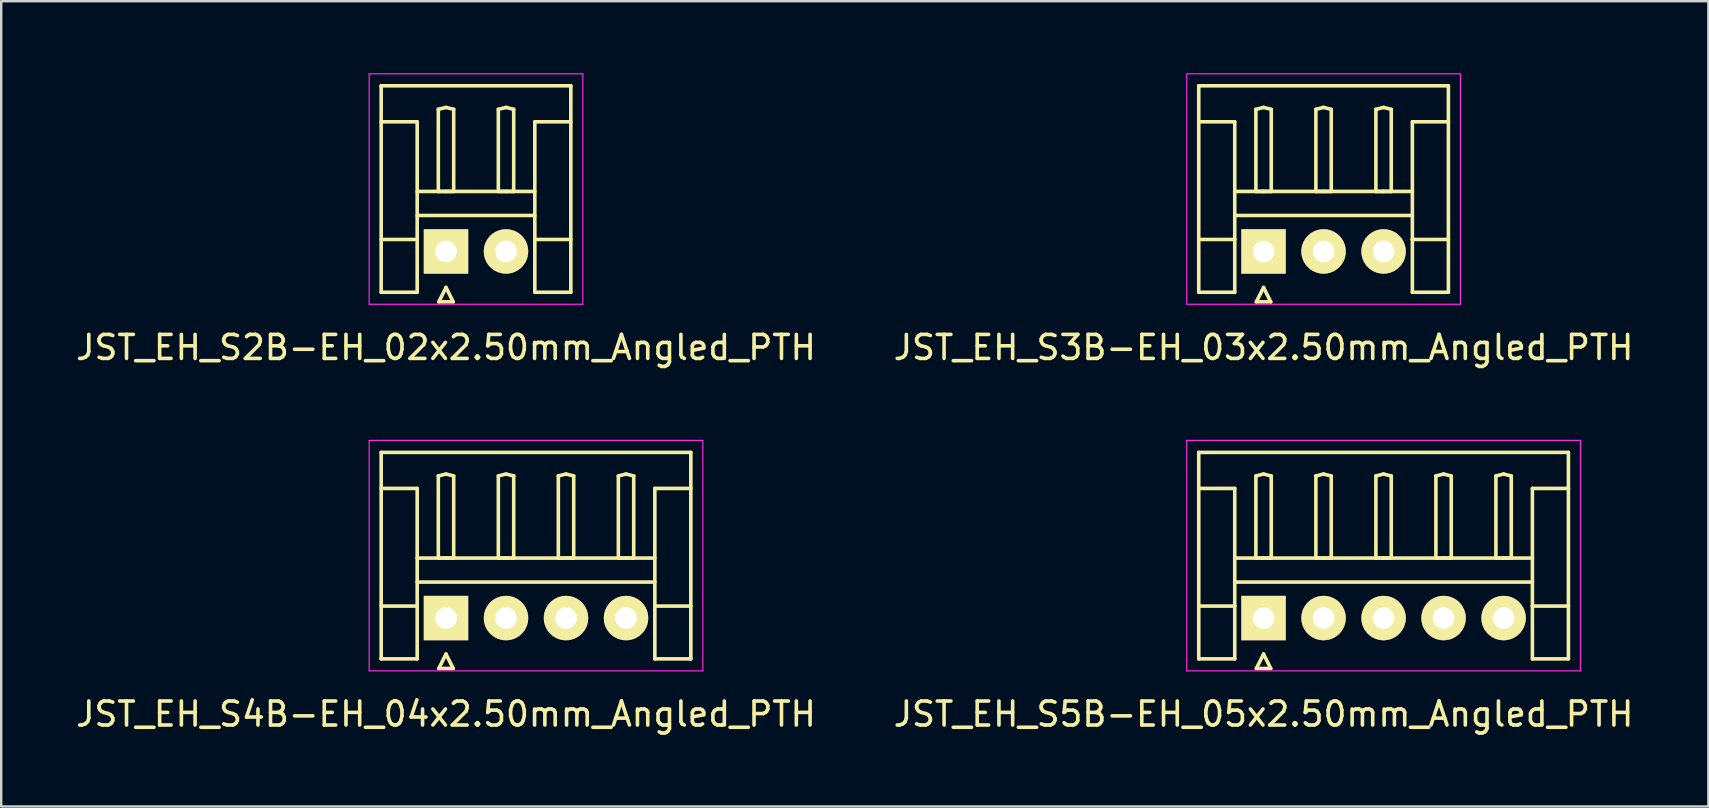
<source format=kicad_pcb>
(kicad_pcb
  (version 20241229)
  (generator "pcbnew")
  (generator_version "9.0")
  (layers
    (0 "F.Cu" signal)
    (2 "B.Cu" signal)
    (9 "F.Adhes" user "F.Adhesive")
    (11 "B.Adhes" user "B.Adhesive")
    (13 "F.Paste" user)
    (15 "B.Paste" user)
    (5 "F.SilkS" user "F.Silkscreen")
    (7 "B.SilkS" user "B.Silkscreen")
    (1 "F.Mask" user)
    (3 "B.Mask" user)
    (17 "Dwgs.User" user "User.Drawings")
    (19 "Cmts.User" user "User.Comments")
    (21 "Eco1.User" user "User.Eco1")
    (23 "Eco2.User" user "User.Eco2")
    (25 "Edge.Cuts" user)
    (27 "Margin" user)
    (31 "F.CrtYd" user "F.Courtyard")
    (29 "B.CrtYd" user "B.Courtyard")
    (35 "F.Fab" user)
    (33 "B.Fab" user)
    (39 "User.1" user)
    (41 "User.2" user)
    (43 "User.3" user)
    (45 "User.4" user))
  (footprint "JST_EH_S5B-EH_05x2.50mm_Angled_PTH"
    (layer "F.Cu")
    (at 49.589 22.698)
    (property "Reference" "JST_EH_S5B-EH_05x2.50mm_Angled_PTH" (at 0 4 0) (layer "F.SilkS") (effects (font (size 1 1) (thickness 0.15))))
    (attr through_hole)
    (fp_line (start -2.7 -6.9) (end 12.7 -6.9) (stroke (width 0.15) (type solid)) (layer "F.SilkS"))
    (fp_line (start -2.7 -5.4) (end -1.2 -5.4) (stroke (width 0.15) (type solid)) (layer "F.SilkS"))
    (fp_line (start -2.7 1.7) (end -2.7 -6.9) (stroke (width 0.15) (type solid)) (layer "F.SilkS"))
    (fp_line (start -1.2 -5.4) (end -1.2 -0.5) (stroke (width 0.15) (type solid)) (layer "F.SilkS"))
    (fp_line (start -1.2 -2.5) (end 11.2 -2.5) (stroke (width 0.15) (type solid)) (layer "F.SilkS"))
    (fp_line (start -1.2 -1.5) (end 11.2 -1.5) (stroke (width 0.15) (type solid)) (layer "F.SilkS"))
    (fp_line (start -1.2 -0.5) (end -2.7 -0.5) (stroke (width 0.15) (type solid)) (layer "F.SilkS"))
    (fp_line (start -1.2 -0.5) (end -1.2 1.7) (stroke (width 0.15) (type solid)) (layer "F.SilkS"))
    (fp_line (start -1.2 1.7) (end -2.7 1.7) (stroke (width 0.15) (type solid)) (layer "F.SilkS"))
    (fp_line (start -0.32 -5.92) (end 0 -6) (stroke (width 0.15) (type solid)) (layer "F.SilkS"))
    (fp_line (start -0.32 -2.5) (end -0.32 -5.92) (stroke (width 0.15) (type solid)) (layer "F.SilkS"))
    (fp_line (start -0.3 2.1) (end 0.3 2.1) (stroke (width 0.15) (type solid)) (layer "F.SilkS"))
    (fp_line (start 0 -6) (end 0.32 -5.92) (stroke (width 0.15) (type solid)) (layer "F.SilkS"))
    (fp_line (start 0 -2.5) (end -0.32 -2.5) (stroke (width 0.15) (type solid)) (layer "F.SilkS"))
    (fp_line (start 0 1.5) (end -0.3 2.1) (stroke (width 0.15) (type solid)) (layer "F.SilkS"))
    (fp_line (start 0.3 2.1) (end 0 1.5) (stroke (width 0.15) (type solid)) (layer "F.SilkS"))
    (fp_line (start 0.32 -5.92) (end 0.32 -2.5) (stroke (width 0.15) (type solid)) (layer "F.SilkS"))
    (fp_line (start 0.32 -2.5) (end 0 -2.5) (stroke (width 0.15) (type solid)) (layer "F.SilkS"))
    (fp_line (start 2.18 -5.92) (end 2.5 -6) (stroke (width 0.15) (type solid)) (layer "F.SilkS"))
    (fp_line (start 2.18 -2.5) (end 2.18 -5.92) (stroke (width 0.15) (type solid)) (layer "F.SilkS"))
    (fp_line (start 2.5 -6) (end 2.82 -5.92) (stroke (width 0.15) (type solid)) (layer "F.SilkS"))
    (fp_line (start 2.5 -2.5) (end 2.18 -2.5) (stroke (width 0.15) (type solid)) (layer "F.SilkS"))
    (fp_line (start 2.82 -5.92) (end 2.82 -2.5) (stroke (width 0.15) (type solid)) (layer "F.SilkS"))
    (fp_line (start 2.82 -2.5) (end 2.5 -2.5) (stroke (width 0.15) (type solid)) (layer "F.SilkS"))
    (fp_line (start 4.68 -5.92) (end 5 -6) (stroke (width 0.15) (type solid)) (layer "F.SilkS"))
    (fp_line (start 4.68 -2.5) (end 4.68 -5.92) (stroke (width 0.15) (type solid)) (layer "F.SilkS"))
    (fp_line (start 5 -6) (end 5.32 -5.92) (stroke (width 0.15) (type solid)) (layer "F.SilkS"))
    (fp_line (start 5 -2.5) (end 4.68 -2.5) (stroke (width 0.15) (type solid)) (layer "F.SilkS"))
    (fp_line (start 5.32 -5.92) (end 5.32 -2.5) (stroke (width 0.15) (type solid)) (layer "F.SilkS"))
    (fp_line (start 5.32 -2.5) (end 5 -2.5) (stroke (width 0.15) (type solid)) (layer "F.SilkS"))
    (fp_line (start 7.18 -5.92) (end 7.5 -6) (stroke (width 0.15) (type solid)) (layer "F.SilkS"))
    (fp_line (start 7.18 -2.5) (end 7.18 -5.92) (stroke (width 0.15) (type solid)) (layer "F.SilkS"))
    (fp_line (start 7.5 -6) (end 7.82 -5.92) (stroke (width 0.15) (type solid)) (layer "F.SilkS"))
    (fp_line (start 7.5 -2.5) (end 7.18 -2.5) (stroke (width 0.15) (type solid)) (layer "F.SilkS"))
    (fp_line (start 7.82 -5.92) (end 7.82 -2.5) (stroke (width 0.15) (type solid)) (layer "F.SilkS"))
    (fp_line (start 7.82 -2.5) (end 7.5 -2.5) (stroke (width 0.15) (type solid)) (layer "F.SilkS"))
    (fp_line (start 9.68 -5.92) (end 10 -6) (stroke (width 0.15) (type solid)) (layer "F.SilkS"))
    (fp_line (start 9.68 -2.5) (end 9.68 -5.92) (stroke (width 0.15) (type solid)) (layer "F.SilkS"))
    (fp_line (start 10 -6) (end 10.32 -5.92) (stroke (width 0.15) (type solid)) (layer "F.SilkS"))
    (fp_line (start 10 -2.5) (end 9.68 -2.5) (stroke (width 0.15) (type solid)) (layer "F.SilkS"))
    (fp_line (start 10.32 -5.92) (end 10.32 -2.5) (stroke (width 0.15) (type solid)) (layer "F.SilkS"))
    (fp_line (start 10.32 -2.5) (end 10 -2.5) (stroke (width 0.15) (type solid)) (layer "F.SilkS"))
    (fp_line (start 11.2 -5.4) (end 11.2 -0.5) (stroke (width 0.15) (type solid)) (layer "F.SilkS"))
    (fp_line (start 11.2 -0.5) (end 12.7 -0.5) (stroke (width 0.15) (type solid)) (layer "F.SilkS"))
    (fp_line (start 11.2 1.7) (end 11.2 -0.5) (stroke (width 0.15) (type solid)) (layer "F.SilkS"))
    (fp_line (start 12.7 -6.9) (end 12.7 1.7) (stroke (width 0.15) (type solid)) (layer "F.SilkS"))
    (fp_line (start 12.7 -5.4) (end 11.2 -5.4) (stroke (width 0.15) (type solid)) (layer "F.SilkS"))
    (fp_line (start 12.7 1.7) (end 11.2 1.7) (stroke (width 0.15) (type solid)) (layer "F.SilkS"))
    (fp_line (start -3.2 -7.4) (end -3.2 2.2) (stroke (width 0.05) (type solid)) (layer "F.CrtYd"))
    (fp_line (start -3.2 2.2) (end 13.2 2.2) (stroke (width 0.05) (type solid)) (layer "F.CrtYd"))
    (fp_line (start 13.2 -7.4) (end -3.2 -7.4) (stroke (width 0.05) (type solid)) (layer "F.CrtYd"))
    (fp_line (start 13.2 2.2) (end 13.2 -7.4) (stroke (width 0.05) (type solid)) (layer "F.CrtYd"))
    (pad "1" thru_hole rect (at 0 0) (size 1.85 1.85) (drill 0.9) (layers "*.Cu" "*.Mask" "F.SilkS"))
    (pad "2" thru_hole circle (at 2.5 0) (size 1.85 1.85) (drill 0.9) (layers "*.Cu" "*.Mask" "F.SilkS"))
    (pad "3" thru_hole circle (at 5 0) (size 1.85 1.85) (drill 0.9) (layers "*.Cu" "*.Mask" "F.SilkS"))
    (pad "4" thru_hole circle (at 7.5 0) (size 1.85 1.85) (drill 0.9) (layers "*.Cu" "*.Mask" "F.SilkS"))
    (pad "5" thru_hole circle (at 10 0) (size 1.85 1.85) (drill 0.9) (layers "*.Cu" "*.Mask" "F.SilkS")))
  (footprint "JST_EH_S2B-EH_02x2.50mm_Angled_PTH"
    (layer "F.Cu")
    (at 15.53 7.425)
    (property "Reference" "JST_EH_S2B-EH_02x2.50mm_Angled_PTH" (at 0 4 0) (layer "F.SilkS") (effects (font (size 1 1) (thickness 0.15))))
    (attr through_hole)
    (fp_line (start -2.7 -6.9) (end 5.2 -6.9) (stroke (width 0.15) (type solid)) (layer "F.SilkS"))
    (fp_line (start -2.7 -5.4) (end -1.2 -5.4) (stroke (width 0.15) (type solid)) (layer "F.SilkS"))
    (fp_line (start -2.7 1.7) (end -2.7 -6.9) (stroke (width 0.15) (type solid)) (layer "F.SilkS"))
    (fp_line (start -1.2 -5.4) (end -1.2 -0.5) (stroke (width 0.15) (type solid)) (layer "F.SilkS"))
    (fp_line (start -1.2 -2.5) (end 3.7 -2.5) (stroke (width 0.15) (type solid)) (layer "F.SilkS"))
    (fp_line (start -1.2 -1.5) (end 3.7 -1.5) (stroke (width 0.15) (type solid)) (layer "F.SilkS"))
    (fp_line (start -1.2 -0.5) (end -2.7 -0.5) (stroke (width 0.15) (type solid)) (layer "F.SilkS"))
    (fp_line (start -1.2 -0.5) (end -1.2 1.7) (stroke (width 0.15) (type solid)) (layer "F.SilkS"))
    (fp_line (start -1.2 1.7) (end -2.7 1.7) (stroke (width 0.15) (type solid)) (layer "F.SilkS"))
    (fp_line (start -0.32 -5.92) (end 0 -6) (stroke (width 0.15) (type solid)) (layer "F.SilkS"))
    (fp_line (start -0.32 -2.5) (end -0.32 -5.92) (stroke (width 0.15) (type solid)) (layer "F.SilkS"))
    (fp_line (start -0.3 2.1) (end 0.3 2.1) (stroke (width 0.15) (type solid)) (layer "F.SilkS"))
    (fp_line (start 0 -6) (end 0.32 -5.92) (stroke (width 0.15) (type solid)) (layer "F.SilkS"))
    (fp_line (start 0 -2.5) (end -0.32 -2.5) (stroke (width 0.15) (type solid)) (layer "F.SilkS"))
    (fp_line (start 0 1.5) (end -0.3 2.1) (stroke (width 0.15) (type solid)) (layer "F.SilkS"))
    (fp_line (start 0.3 2.1) (end 0 1.5) (stroke (width 0.15) (type solid)) (layer "F.SilkS"))
    (fp_line (start 0.32 -5.92) (end 0.32 -2.5) (stroke (width 0.15) (type solid)) (layer "F.SilkS"))
    (fp_line (start 0.32 -2.5) (end 0 -2.5) (stroke (width 0.15) (type solid)) (layer "F.SilkS"))
    (fp_line (start 2.18 -5.92) (end 2.5 -6) (stroke (width 0.15) (type solid)) (layer "F.SilkS"))
    (fp_line (start 2.18 -2.5) (end 2.18 -5.92) (stroke (width 0.15) (type solid)) (layer "F.SilkS"))
    (fp_line (start 2.5 -6) (end 2.82 -5.92) (stroke (width 0.15) (type solid)) (layer "F.SilkS"))
    (fp_line (start 2.5 -2.5) (end 2.18 -2.5) (stroke (width 0.15) (type solid)) (layer "F.SilkS"))
    (fp_line (start 2.82 -5.92) (end 2.82 -2.5) (stroke (width 0.15) (type solid)) (layer "F.SilkS"))
    (fp_line (start 2.82 -2.5) (end 2.5 -2.5) (stroke (width 0.15) (type solid)) (layer "F.SilkS"))
    (fp_line (start 3.7 -5.4) (end 3.7 -0.5) (stroke (width 0.15) (type solid)) (layer "F.SilkS"))
    (fp_line (start 3.7 -0.5) (end 5.2 -0.5) (stroke (width 0.15) (type solid)) (layer "F.SilkS"))
    (fp_line (start 3.7 1.7) (end 3.7 -0.5) (stroke (width 0.15) (type solid)) (layer "F.SilkS"))
    (fp_line (start 5.2 -6.9) (end 5.2 1.7) (stroke (width 0.15) (type solid)) (layer "F.SilkS"))
    (fp_line (start 5.2 -5.4) (end 3.7 -5.4) (stroke (width 0.15) (type solid)) (layer "F.SilkS"))
    (fp_line (start 5.2 1.7) (end 3.7 1.7) (stroke (width 0.15) (type solid)) (layer "F.SilkS"))
    (fp_line (start -3.2 -7.4) (end -3.2 2.2) (stroke (width 0.05) (type solid)) (layer "F.CrtYd"))
    (fp_line (start -3.2 2.2) (end 5.7 2.2) (stroke (width 0.05) (type solid)) (layer "F.CrtYd"))
    (fp_line (start 5.7 -7.4) (end -3.2 -7.4) (stroke (width 0.05) (type solid)) (layer "F.CrtYd"))
    (fp_line (start 5.7 2.2) (end 5.7 -7.4) (stroke (width 0.05) (type solid)) (layer "F.CrtYd"))
    (pad "1" thru_hole rect (at 0 0) (size 1.85 1.85) (drill 0.9) (layers "*.Cu" "*.Mask" "F.SilkS"))
    (pad "2" thru_hole circle (at 2.5 0) (size 1.85 1.85) (drill 0.9) (layers "*.Cu" "*.Mask" "F.SilkS")))
  (footprint "JST_EH_S4B-EH_04x2.50mm_Angled_PTH"
    (layer "F.Cu")
    (at 15.53 22.698)
    (property "Reference" "JST_EH_S4B-EH_04x2.50mm_Angled_PTH" (at 0 4 0) (layer "F.SilkS") (effects (font (size 1 1) (thickness 0.15))))
    (attr through_hole)
    (fp_line (start -2.7 -6.9) (end 10.2 -6.9) (stroke (width 0.15) (type solid)) (layer "F.SilkS"))
    (fp_line (start -2.7 -5.4) (end -1.2 -5.4) (stroke (width 0.15) (type solid)) (layer "F.SilkS"))
    (fp_line (start -2.7 1.7) (end -2.7 -6.9) (stroke (width 0.15) (type solid)) (layer "F.SilkS"))
    (fp_line (start -1.2 -5.4) (end -1.2 -0.5) (stroke (width 0.15) (type solid)) (layer "F.SilkS"))
    (fp_line (start -1.2 -2.5) (end 8.7 -2.5) (stroke (width 0.15) (type solid)) (layer "F.SilkS"))
    (fp_line (start -1.2 -1.5) (end 8.7 -1.5) (stroke (width 0.15) (type solid)) (layer "F.SilkS"))
    (fp_line (start -1.2 -0.5) (end -2.7 -0.5) (stroke (width 0.15) (type solid)) (layer "F.SilkS"))
    (fp_line (start -1.2 -0.5) (end -1.2 1.7) (stroke (width 0.15) (type solid)) (layer "F.SilkS"))
    (fp_line (start -1.2 1.7) (end -2.7 1.7) (stroke (width 0.15) (type solid)) (layer "F.SilkS"))
    (fp_line (start -0.32 -5.92) (end 0 -6) (stroke (width 0.15) (type solid)) (layer "F.SilkS"))
    (fp_line (start -0.32 -2.5) (end -0.32 -5.92) (stroke (width 0.15) (type solid)) (layer "F.SilkS"))
    (fp_line (start -0.3 2.1) (end 0.3 2.1) (stroke (width 0.15) (type solid)) (layer "F.SilkS"))
    (fp_line (start 0 -6) (end 0.32 -5.92) (stroke (width 0.15) (type solid)) (layer "F.SilkS"))
    (fp_line (start 0 -2.5) (end -0.32 -2.5) (stroke (width 0.15) (type solid)) (layer "F.SilkS"))
    (fp_line (start 0 1.5) (end -0.3 2.1) (stroke (width 0.15) (type solid)) (layer "F.SilkS"))
    (fp_line (start 0.3 2.1) (end 0 1.5) (stroke (width 0.15) (type solid)) (layer "F.SilkS"))
    (fp_line (start 0.32 -5.92) (end 0.32 -2.5) (stroke (width 0.15) (type solid)) (layer "F.SilkS"))
    (fp_line (start 0.32 -2.5) (end 0 -2.5) (stroke (width 0.15) (type solid)) (layer "F.SilkS"))
    (fp_line (start 2.18 -5.92) (end 2.5 -6) (stroke (width 0.15) (type solid)) (layer "F.SilkS"))
    (fp_line (start 2.18 -2.5) (end 2.18 -5.92) (stroke (width 0.15) (type solid)) (layer "F.SilkS"))
    (fp_line (start 2.5 -6) (end 2.82 -5.92) (stroke (width 0.15) (type solid)) (layer "F.SilkS"))
    (fp_line (start 2.5 -2.5) (end 2.18 -2.5) (stroke (width 0.15) (type solid)) (layer "F.SilkS"))
    (fp_line (start 2.82 -5.92) (end 2.82 -2.5) (stroke (width 0.15) (type solid)) (layer "F.SilkS"))
    (fp_line (start 2.82 -2.5) (end 2.5 -2.5) (stroke (width 0.15) (type solid)) (layer "F.SilkS"))
    (fp_line (start 4.68 -5.92) (end 5 -6) (stroke (width 0.15) (type solid)) (layer "F.SilkS"))
    (fp_line (start 4.68 -2.5) (end 4.68 -5.92) (stroke (width 0.15) (type solid)) (layer "F.SilkS"))
    (fp_line (start 5 -6) (end 5.32 -5.92) (stroke (width 0.15) (type solid)) (layer "F.SilkS"))
    (fp_line (start 5 -2.5) (end 4.68 -2.5) (stroke (width 0.15) (type solid)) (layer "F.SilkS"))
    (fp_line (start 5.32 -5.92) (end 5.32 -2.5) (stroke (width 0.15) (type solid)) (layer "F.SilkS"))
    (fp_line (start 5.32 -2.5) (end 5 -2.5) (stroke (width 0.15) (type solid)) (layer "F.SilkS"))
    (fp_line (start 7.18 -5.92) (end 7.5 -6) (stroke (width 0.15) (type solid)) (layer "F.SilkS"))
    (fp_line (start 7.18 -2.5) (end 7.18 -5.92) (stroke (width 0.15) (type solid)) (layer "F.SilkS"))
    (fp_line (start 7.5 -6) (end 7.82 -5.92) (stroke (width 0.15) (type solid)) (layer "F.SilkS"))
    (fp_line (start 7.5 -2.5) (end 7.18 -2.5) (stroke (width 0.15) (type solid)) (layer "F.SilkS"))
    (fp_line (start 7.82 -5.92) (end 7.82 -2.5) (stroke (width 0.15) (type solid)) (layer "F.SilkS"))
    (fp_line (start 7.82 -2.5) (end 7.5 -2.5) (stroke (width 0.15) (type solid)) (layer "F.SilkS"))
    (fp_line (start 8.7 -5.4) (end 8.7 -0.5) (stroke (width 0.15) (type solid)) (layer "F.SilkS"))
    (fp_line (start 8.7 -0.5) (end 10.2 -0.5) (stroke (width 0.15) (type solid)) (layer "F.SilkS"))
    (fp_line (start 8.7 1.7) (end 8.7 -0.5) (stroke (width 0.15) (type solid)) (layer "F.SilkS"))
    (fp_line (start 10.2 -6.9) (end 10.2 1.7) (stroke (width 0.15) (type solid)) (layer "F.SilkS"))
    (fp_line (start 10.2 -5.4) (end 8.7 -5.4) (stroke (width 0.15) (type solid)) (layer "F.SilkS"))
    (fp_line (start 10.2 1.7) (end 8.7 1.7) (stroke (width 0.15) (type solid)) (layer "F.SilkS"))
    (fp_line (start -3.2 -7.4) (end -3.2 2.2) (stroke (width 0.05) (type solid)) (layer "F.CrtYd"))
    (fp_line (start -3.2 2.2) (end 10.7 2.2) (stroke (width 0.05) (type solid)) (layer "F.CrtYd"))
    (fp_line (start 10.7 -7.4) (end -3.2 -7.4) (stroke (width 0.05) (type solid)) (layer "F.CrtYd"))
    (fp_line (start 10.7 2.2) (end 10.7 -7.4) (stroke (width 0.05) (type solid)) (layer "F.CrtYd"))
    (pad "1" thru_hole rect (at 0 0) (size 1.85 1.85) (drill 0.9) (layers "*.Cu" "*.Mask" "F.SilkS"))
    (pad "2" thru_hole circle (at 2.5 0) (size 1.85 1.85) (drill 0.9) (layers "*.Cu" "*.Mask" "F.SilkS"))
    (pad "3" thru_hole circle (at 5 0) (size 1.85 1.85) (drill 0.9) (layers "*.Cu" "*.Mask" "F.SilkS"))
    (pad "4" thru_hole circle (at 7.5 0) (size 1.85 1.85) (drill 0.9) (layers "*.Cu" "*.Mask" "F.SilkS")))
  (footprint "JST_EH_S3B-EH_03x2.50mm_Angled_PTH"
    (layer "F.Cu")
    (at 49.589 7.425)
    (property "Reference" "JST_EH_S3B-EH_03x2.50mm_Angled_PTH" (at 0 4 0) (layer "F.SilkS") (effects (font (size 1 1) (thickness 0.15))))
    (attr through_hole)
    (fp_line (start -2.7 -6.9) (end 7.7 -6.9) (stroke (width 0.15) (type solid)) (layer "F.SilkS"))
    (fp_line (start -2.7 -5.4) (end -1.2 -5.4) (stroke (width 0.15) (type solid)) (layer "F.SilkS"))
    (fp_line (start -2.7 1.7) (end -2.7 -6.9) (stroke (width 0.15) (type solid)) (layer "F.SilkS"))
    (fp_line (start -1.2 -5.4) (end -1.2 -0.5) (stroke (width 0.15) (type solid)) (layer "F.SilkS"))
    (fp_line (start -1.2 -2.5) (end 6.2 -2.5) (stroke (width 0.15) (type solid)) (layer "F.SilkS"))
    (fp_line (start -1.2 -1.5) (end 6.2 -1.5) (stroke (width 0.15) (type solid)) (layer "F.SilkS"))
    (fp_line (start -1.2 -0.5) (end -2.7 -0.5) (stroke (width 0.15) (type solid)) (layer "F.SilkS"))
    (fp_line (start -1.2 -0.5) (end -1.2 1.7) (stroke (width 0.15) (type solid)) (layer "F.SilkS"))
    (fp_line (start -1.2 1.7) (end -2.7 1.7) (stroke (width 0.15) (type solid)) (layer "F.SilkS"))
    (fp_line (start -0.32 -5.92) (end 0 -6) (stroke (width 0.15) (type solid)) (layer "F.SilkS"))
    (fp_line (start -0.32 -2.5) (end -0.32 -5.92) (stroke (width 0.15) (type solid)) (layer "F.SilkS"))
    (fp_line (start -0.3 2.1) (end 0.3 2.1) (stroke (width 0.15) (type solid)) (layer "F.SilkS"))
    (fp_line (start 0 -6) (end 0.32 -5.92) (stroke (width 0.15) (type solid)) (layer "F.SilkS"))
    (fp_line (start 0 -2.5) (end -0.32 -2.5) (stroke (width 0.15) (type solid)) (layer "F.SilkS"))
    (fp_line (start 0 1.5) (end -0.3 2.1) (stroke (width 0.15) (type solid)) (layer "F.SilkS"))
    (fp_line (start 0.3 2.1) (end 0 1.5) (stroke (width 0.15) (type solid)) (layer "F.SilkS"))
    (fp_line (start 0.32 -5.92) (end 0.32 -2.5) (stroke (width 0.15) (type solid)) (layer "F.SilkS"))
    (fp_line (start 0.32 -2.5) (end 0 -2.5) (stroke (width 0.15) (type solid)) (layer "F.SilkS"))
    (fp_line (start 2.18 -5.92) (end 2.5 -6) (stroke (width 0.15) (type solid)) (layer "F.SilkS"))
    (fp_line (start 2.18 -2.5) (end 2.18 -5.92) (stroke (width 0.15) (type solid)) (layer "F.SilkS"))
    (fp_line (start 2.5 -6) (end 2.82 -5.92) (stroke (width 0.15) (type solid)) (layer "F.SilkS"))
    (fp_line (start 2.5 -2.5) (end 2.18 -2.5) (stroke (width 0.15) (type solid)) (layer "F.SilkS"))
    (fp_line (start 2.82 -5.92) (end 2.82 -2.5) (stroke (width 0.15) (type solid)) (layer "F.SilkS"))
    (fp_line (start 2.82 -2.5) (end 2.5 -2.5) (stroke (width 0.15) (type solid)) (layer "F.SilkS"))
    (fp_line (start 4.68 -5.92) (end 5 -6) (stroke (width 0.15) (type solid)) (layer "F.SilkS"))
    (fp_line (start 4.68 -2.5) (end 4.68 -5.92) (stroke (width 0.15) (type solid)) (layer "F.SilkS"))
    (fp_line (start 5 -6) (end 5.32 -5.92) (stroke (width 0.15) (type solid)) (layer "F.SilkS"))
    (fp_line (start 5 -2.5) (end 4.68 -2.5) (stroke (width 0.15) (type solid)) (layer "F.SilkS"))
    (fp_line (start 5.32 -5.92) (end 5.32 -2.5) (stroke (width 0.15) (type solid)) (layer "F.SilkS"))
    (fp_line (start 5.32 -2.5) (end 5 -2.5) (stroke (width 0.15) (type solid)) (layer "F.SilkS"))
    (fp_line (start 6.2 -5.4) (end 6.2 -0.5) (stroke (width 0.15) (type solid)) (layer "F.SilkS"))
    (fp_line (start 6.2 -0.5) (end 7.7 -0.5) (stroke (width 0.15) (type solid)) (layer "F.SilkS"))
    (fp_line (start 6.2 1.7) (end 6.2 -0.5) (stroke (width 0.15) (type solid)) (layer "F.SilkS"))
    (fp_line (start 7.7 -6.9) (end 7.7 1.7) (stroke (width 0.15) (type solid)) (layer "F.SilkS"))
    (fp_line (start 7.7 -5.4) (end 6.2 -5.4) (stroke (width 0.15) (type solid)) (layer "F.SilkS"))
    (fp_line (start 7.7 1.7) (end 6.2 1.7) (stroke (width 0.15) (type solid)) (layer "F.SilkS"))
    (fp_line (start -3.2 -7.4) (end -3.2 2.2) (stroke (width 0.05) (type solid)) (layer "F.CrtYd"))
    (fp_line (start -3.2 2.2) (end 8.2 2.2) (stroke (width 0.05) (type solid)) (layer "F.CrtYd"))
    (fp_line (start 8.2 -7.4) (end -3.2 -7.4) (stroke (width 0.05) (type solid)) (layer "F.CrtYd"))
    (fp_line (start 8.2 2.2) (end 8.2 -7.4) (stroke (width 0.05) (type solid)) (layer "F.CrtYd"))
    (pad "1" thru_hole rect (at 0 0) (size 1.85 1.85) (drill 0.9) (layers "*.Cu" "*.Mask" "F.SilkS"))
    (pad "2" thru_hole circle (at 2.5 0) (size 1.85 1.85) (drill 0.9) (layers "*.Cu" "*.Mask" "F.SilkS"))
    (pad "3" thru_hole circle (at 5 0) (size 1.85 1.85) (drill 0.9) (layers "*.Cu" "*.Mask" "F.SilkS")))
  (gr_rect
    (start -3 -3)
    (end 68.119 30.547)
    (stroke (width 0.1) (type default))
    (fill no)
    (layer "Edge.Cuts")))
</source>
